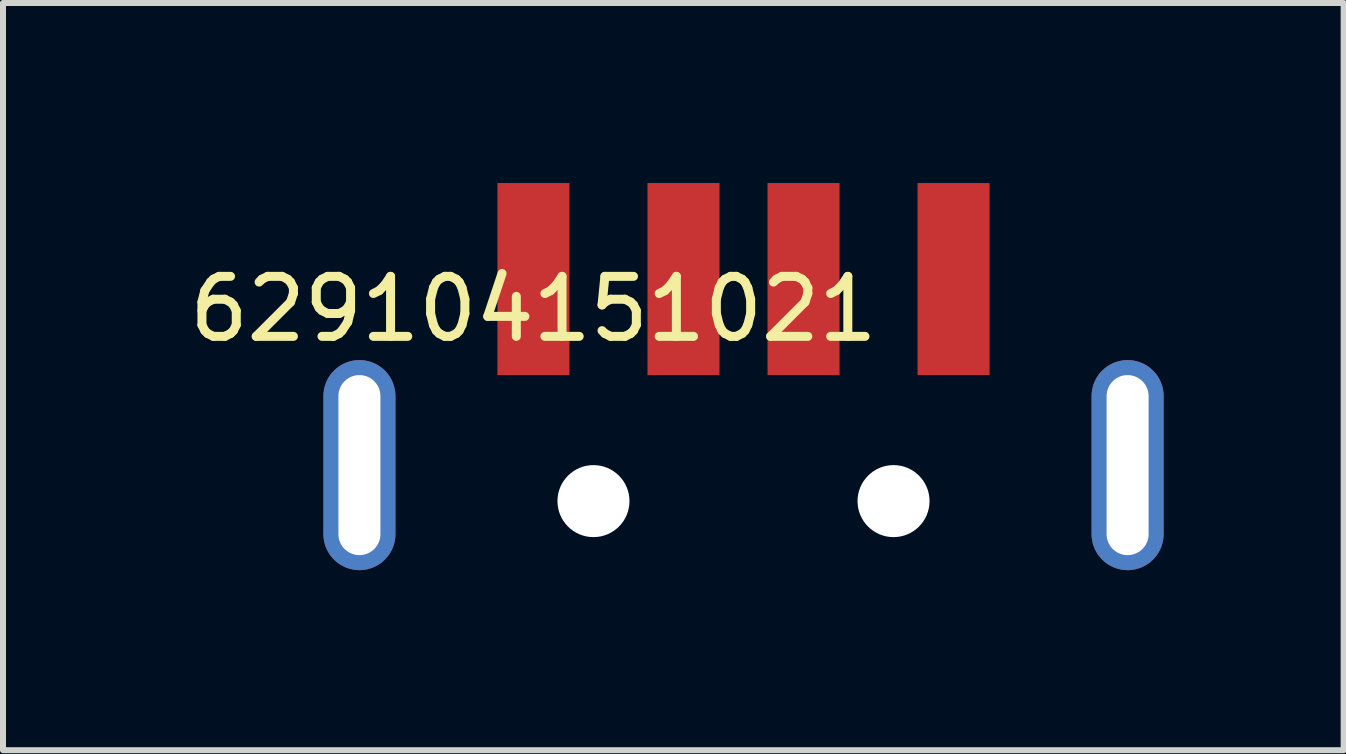
<source format=kicad_pcb>
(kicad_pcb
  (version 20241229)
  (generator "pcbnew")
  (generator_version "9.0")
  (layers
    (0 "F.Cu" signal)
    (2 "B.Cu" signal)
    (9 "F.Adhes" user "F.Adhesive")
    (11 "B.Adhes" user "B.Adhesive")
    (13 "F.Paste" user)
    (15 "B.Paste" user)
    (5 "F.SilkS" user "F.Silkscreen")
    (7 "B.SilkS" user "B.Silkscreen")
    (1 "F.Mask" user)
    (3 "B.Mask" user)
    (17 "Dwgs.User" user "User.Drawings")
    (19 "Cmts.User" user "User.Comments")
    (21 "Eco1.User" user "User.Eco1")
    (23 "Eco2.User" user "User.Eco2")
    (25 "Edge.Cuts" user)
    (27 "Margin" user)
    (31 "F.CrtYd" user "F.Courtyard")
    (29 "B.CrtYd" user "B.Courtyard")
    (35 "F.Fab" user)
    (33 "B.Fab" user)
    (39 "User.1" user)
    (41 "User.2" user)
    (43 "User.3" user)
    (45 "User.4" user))
  (footprint "629104151021"
    (layer "F.Cu")
    (at 5.839 1.6)
    (property "Reference" "629104151021" (at 0 0.5 0) (layer "F.SilkS") (effects (font (size 1 1) (thickness 0.15))))
    (attr through_hole)
    (pad "" np_thru_hole circle (at 1 3.7) (size 1.2 1.2) (drill 1.2) (layers "*.Cu" "*.Mask"))
    (pad "" np_thru_hole circle (at 6 3.7) (size 1.2 1.2) (drill 1.2) (layers "*.Cu" "*.Mask"))
    (pad "1" smd rect (at 0 0) (size 1.2 3.2) (layers "F.Cu" "F.Mask" "F.Paste"))
    (pad "2" smd rect (at 2.5 0) (size 1.2 3.2) (layers "F.Cu" "F.Mask" "F.Paste"))
    (pad "3" smd rect (at 4.5 0) (size 1.2 3.2) (layers "F.Cu" "F.Mask" "F.Paste"))
    (pad "4" smd rect (at 7 0) (size 1.2 3.2) (layers "F.Cu" "F.Mask" "F.Paste"))
    (pad "5" thru_hole oval (at -2.9 3.1) (size 1.2 3.5) (drill oval 0.7 3) (layers "*.Cu" "*.Mask"))
    (pad "5" thru_hole oval (at 9.9 3.1) (size 1.2 3.5) (drill oval 0.7 3) (layers "*.Cu" "*.Mask")))
  (gr_rect
    (start -3 -3)
    (end 19.339 9.45)
    (stroke (width 0.1) (type default))
    (fill no)
    (layer "Edge.Cuts")))
</source>
